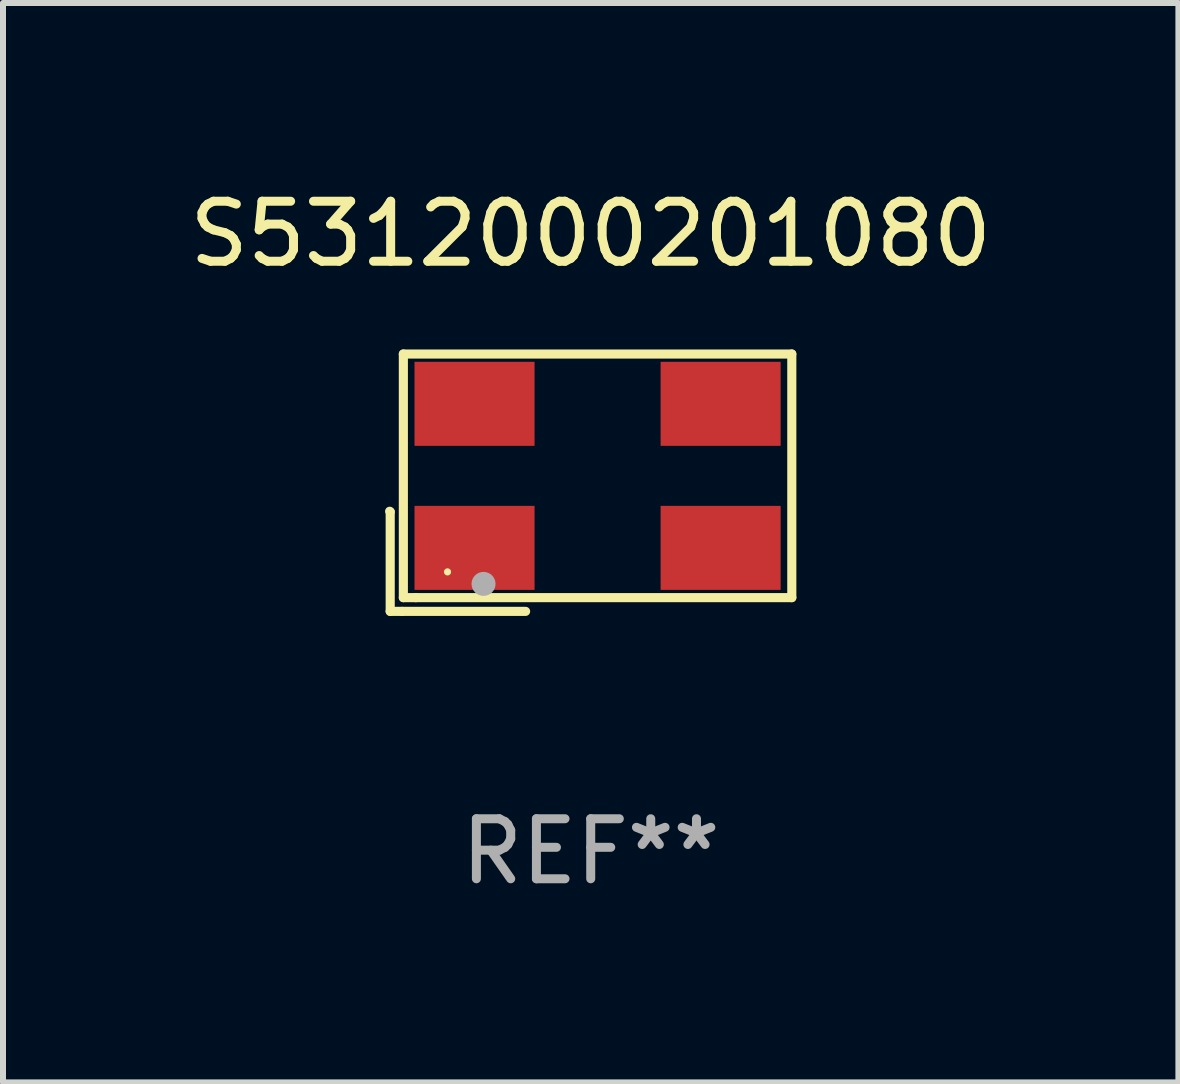
<source format=kicad_pcb>
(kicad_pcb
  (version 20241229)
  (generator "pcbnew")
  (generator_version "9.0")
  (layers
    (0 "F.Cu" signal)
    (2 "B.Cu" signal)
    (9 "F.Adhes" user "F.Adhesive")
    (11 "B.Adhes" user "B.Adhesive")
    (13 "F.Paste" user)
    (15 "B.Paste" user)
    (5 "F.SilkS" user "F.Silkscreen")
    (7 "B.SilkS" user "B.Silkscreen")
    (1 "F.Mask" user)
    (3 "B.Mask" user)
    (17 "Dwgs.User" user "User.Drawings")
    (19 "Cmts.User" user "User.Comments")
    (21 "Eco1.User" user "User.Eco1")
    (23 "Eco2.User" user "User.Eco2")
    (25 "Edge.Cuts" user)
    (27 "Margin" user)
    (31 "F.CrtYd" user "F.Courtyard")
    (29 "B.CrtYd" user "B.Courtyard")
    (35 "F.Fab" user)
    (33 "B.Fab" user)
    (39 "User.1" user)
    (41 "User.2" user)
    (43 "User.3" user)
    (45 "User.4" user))
  (footprint "S5312000201080"
    (layer "F.Cu")
    (at 6.792 4.992)
    (property "Reference" "S5312000201080" (at 0 -4.144 0) (layer "F.SilkS") (effects (font (size 1 1) (thickness 0.15))))
    (attr through_hole)
    (fp_line (start -3.35 0.476) (end -3.341 0.485) (stroke (width 0.152) (type solid)) (layer "F.SilkS"))
    (fp_line (start -3.341 0.485) (end -3.341 2.144) (stroke (width 0.152) (type solid)) (layer "F.SilkS"))
    (fp_line (start -3.341 2.144) (end -3.143 2.144) (stroke (width 0.152) (type solid)) (layer "F.SilkS"))
    (fp_line (start -3.143 2.144) (end -1.085 2.144) (stroke (width 0.152) (type solid)) (layer "F.SilkS"))
    (fp_line (start -3.122 -2.144) (end 3.35 -2.144) (stroke (width 0.152) (type solid)) (layer "F.SilkS"))
    (fp_line (start -3.122 1.915) (end -3.122 -2.144) (stroke (width 0.152) (type solid)) (layer "F.SilkS"))
    (fp_line (start -2.914 1.915) (end -3.122 1.915) (stroke (width 0.152) (type solid)) (layer "F.SilkS"))
    (fp_line (start 3.35 -2.144) (end 3.35 1.915) (stroke (width 0.152) (type solid)) (layer "F.SilkS"))
    (fp_line (start 3.35 1.915) (end -2.914 1.915) (stroke (width 0.152) (type solid)) (layer "F.SilkS"))
    (fp_circle (center -2.386 1.486) (end -2.356 1.486) (stroke (width 0.06) (type solid)) (fill no) (layer "F.SilkS"))
    (fp_circle (center -1.786 1.686) (end -1.686 1.686) (stroke (width 0.2) (type solid)) (fill no) (layer "F.Fab"))
    (fp_text user "REF**" (at 0 6.144 0) (layer "F.Fab") (effects (font (size 1 1) (thickness 0.15))))
    (pad "1" smd rect (at -1.936 1.086) (size 2 1.4) (layers "F.Cu" "F.Mask" "F.Paste"))
    (pad "2" smd rect (at 2.164 1.086) (size 2 1.4) (layers "F.Cu" "F.Mask" "F.Paste"))
    (pad "3" smd rect (at 2.164 -1.314) (size 2 1.4) (layers "F.Cu" "F.Mask" "F.Paste"))
    (pad "4" smd rect (at -1.936 -1.314) (size 2 1.4) (layers "F.Cu" "F.Mask" "F.Paste")))
  (gr_rect
    (start -3 -3)
    (end 16.583 14.984)
    (stroke (width 0.1) (type default))
    (fill no)
    (layer "Edge.Cuts")))
</source>
